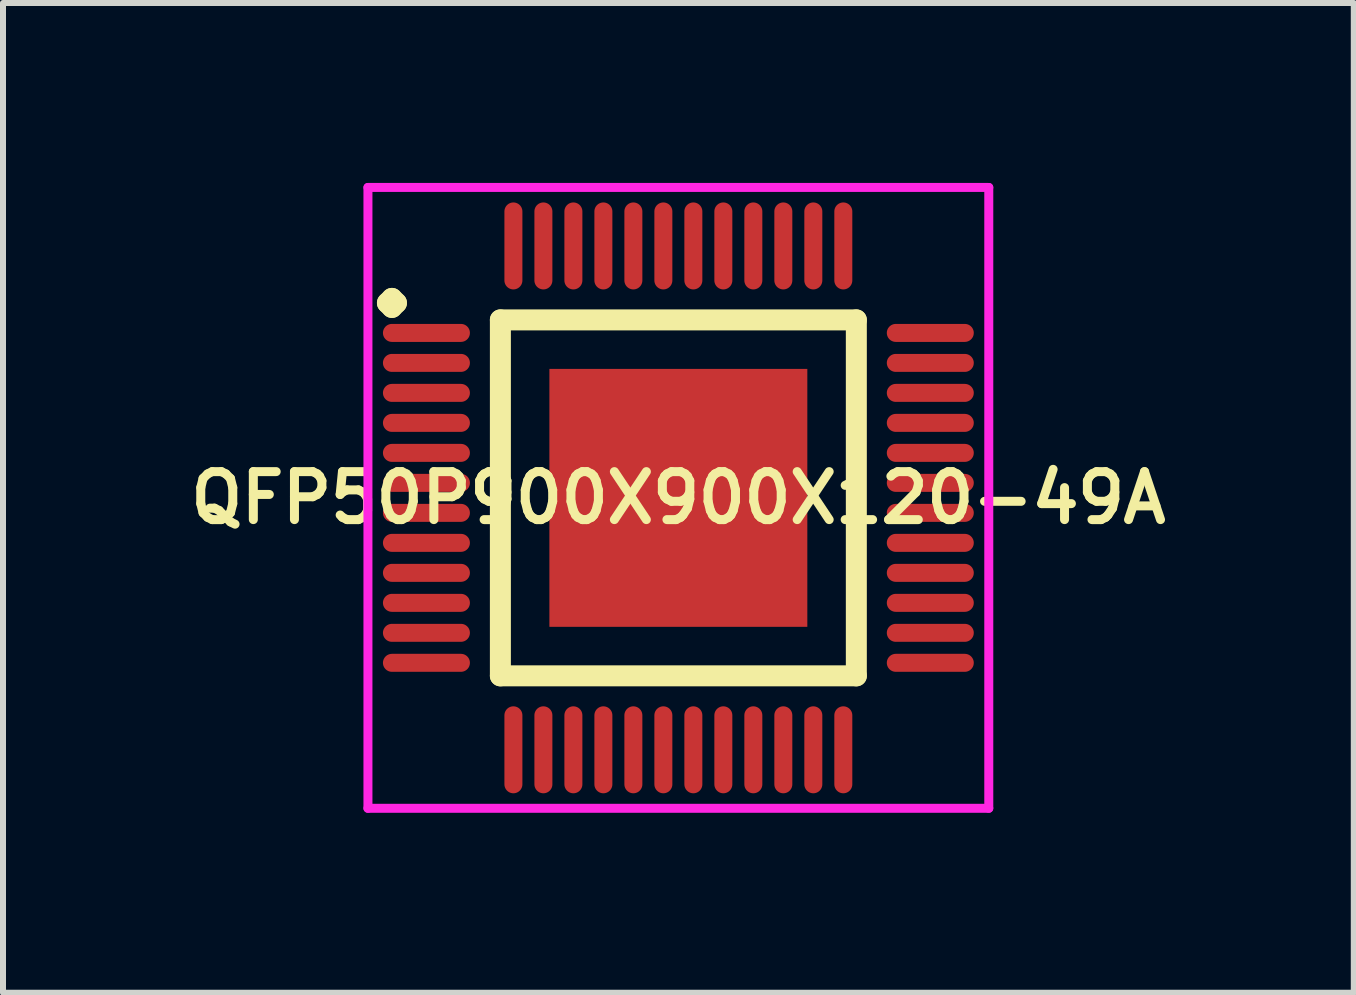
<source format=kicad_pcb>
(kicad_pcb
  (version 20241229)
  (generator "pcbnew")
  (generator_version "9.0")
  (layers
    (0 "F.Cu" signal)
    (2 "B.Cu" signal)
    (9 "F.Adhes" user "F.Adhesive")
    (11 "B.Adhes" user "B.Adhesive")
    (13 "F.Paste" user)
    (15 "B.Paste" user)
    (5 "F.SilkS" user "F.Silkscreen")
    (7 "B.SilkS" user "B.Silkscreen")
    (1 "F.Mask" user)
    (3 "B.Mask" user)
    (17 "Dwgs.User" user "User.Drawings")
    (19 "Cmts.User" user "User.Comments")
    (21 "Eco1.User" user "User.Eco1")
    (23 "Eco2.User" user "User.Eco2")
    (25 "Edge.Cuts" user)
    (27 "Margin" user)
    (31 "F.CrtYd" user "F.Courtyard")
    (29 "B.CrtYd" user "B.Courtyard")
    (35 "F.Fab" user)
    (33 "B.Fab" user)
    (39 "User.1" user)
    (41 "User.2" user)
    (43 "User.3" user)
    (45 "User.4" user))
  (footprint "QFP50P900X900X120-49A"
    (layer "F.Cu")
    (at 8.259 5.25)
    (property "Reference" "QFP50P900X900X120-49A" (at 0 0 0) (layer "F.SilkS") (effects (font (size 0.8 0.8) (thickness 0.15))))
    (attr smd)
    (fp_line (start -4.85 -3.25) (end -4.775 -3.325) (stroke (width 0.35) (type solid)) (layer "F.SilkS"))
    (fp_line (start -4.775 -3.325) (end -4.7 -3.25) (stroke (width 0.35) (type solid)) (layer "F.SilkS"))
    (fp_line (start -4.775 -3.175) (end -4.85 -3.25) (stroke (width 0.35) (type solid)) (layer "F.SilkS"))
    (fp_line (start -4.7 -3.25) (end -4.775 -3.175) (stroke (width 0.35) (type solid)) (layer "F.SilkS"))
    (fp_line (start -2.967 -2.967) (end -2.967 2.967) (stroke (width 0.35) (type solid)) (layer "F.SilkS"))
    (fp_line (start -2.967 2.967) (end 2.967 2.967) (stroke (width 0.35) (type solid)) (layer "F.SilkS"))
    (fp_line (start 2.967 -2.967) (end -2.967 -2.967) (stroke (width 0.35) (type solid)) (layer "F.SilkS"))
    (fp_line (start 2.967 2.967) (end 2.967 -2.967) (stroke (width 0.35) (type solid)) (layer "F.SilkS"))
    (fp_line (start -5.175 -5.175) (end 5.175 -5.175) (stroke (width 0.15) (type solid)) (layer "F.CrtYd"))
    (fp_line (start -5.175 5.175) (end -5.175 -5.175) (stroke (width 0.15) (type solid)) (layer "F.CrtYd"))
    (fp_line (start 5.175 -5.175) (end 5.175 5.175) (stroke (width 0.15) (type solid)) (layer "F.CrtYd"))
    (fp_line (start 5.175 5.175) (end -5.175 5.175) (stroke (width 0.15) (type solid)) (layer "F.CrtYd"))
    (pad "1" smd oval (at -4.2 -2.75) (size 1.45 0.3) (layers "F.Cu" "F.Mask" "F.Paste"))
    (pad "2" smd oval (at -4.2 -2.25) (size 1.45 0.3) (layers "F.Cu" "F.Mask" "F.Paste"))
    (pad "3" smd oval (at -4.2 -1.75) (size 1.45 0.3) (layers "F.Cu" "F.Mask" "F.Paste"))
    (pad "4" smd oval (at -4.2 -1.25) (size 1.45 0.3) (layers "F.Cu" "F.Mask" "F.Paste"))
    (pad "5" smd oval (at -4.2 -0.75) (size 1.45 0.3) (layers "F.Cu" "F.Mask" "F.Paste"))
    (pad "6" smd oval (at -4.2 -0.25) (size 1.45 0.3) (layers "F.Cu" "F.Mask" "F.Paste"))
    (pad "7" smd oval (at -4.2 0.25) (size 1.45 0.3) (layers "F.Cu" "F.Mask" "F.Paste"))
    (pad "8" smd oval (at -4.2 0.75) (size 1.45 0.3) (layers "F.Cu" "F.Mask" "F.Paste"))
    (pad "9" smd oval (at -4.2 1.25) (size 1.45 0.3) (layers "F.Cu" "F.Mask" "F.Paste"))
    (pad "10" smd oval (at -4.2 1.75) (size 1.45 0.3) (layers "F.Cu" "F.Mask" "F.Paste"))
    (pad "11" smd oval (at -4.2 2.25) (size 1.45 0.3) (layers "F.Cu" "F.Mask" "F.Paste"))
    (pad "12" smd oval (at -4.2 2.75) (size 1.45 0.3) (layers "F.Cu" "F.Mask" "F.Paste"))
    (pad "13" smd oval (at -2.75 4.2) (size 0.3 1.45) (layers "F.Cu" "F.Mask" "F.Paste"))
    (pad "14" smd oval (at -2.25 4.2) (size 0.3 1.45) (layers "F.Cu" "F.Mask" "F.Paste"))
    (pad "15" smd oval (at -1.75 4.2) (size 0.3 1.45) (layers "F.Cu" "F.Mask" "F.Paste"))
    (pad "16" smd oval (at -1.25 4.2) (size 0.3 1.45) (layers "F.Cu" "F.Mask" "F.Paste"))
    (pad "17" smd oval (at -0.75 4.2) (size 0.3 1.45) (layers "F.Cu" "F.Mask" "F.Paste"))
    (pad "18" smd oval (at -0.25 4.2) (size 0.3 1.45) (layers "F.Cu" "F.Mask" "F.Paste"))
    (pad "19" smd oval (at 0.25 4.2) (size 0.3 1.45) (layers "F.Cu" "F.Mask" "F.Paste"))
    (pad "20" smd oval (at 0.75 4.2) (size 0.3 1.45) (layers "F.Cu" "F.Mask" "F.Paste"))
    (pad "21" smd oval (at 1.25 4.2) (size 0.3 1.45) (layers "F.Cu" "F.Mask" "F.Paste"))
    (pad "22" smd oval (at 1.75 4.2) (size 0.3 1.45) (layers "F.Cu" "F.Mask" "F.Paste"))
    (pad "23" smd oval (at 2.25 4.2) (size 0.3 1.45) (layers "F.Cu" "F.Mask" "F.Paste"))
    (pad "24" smd oval (at 2.75 4.2) (size 0.3 1.45) (layers "F.Cu" "F.Mask" "F.Paste"))
    (pad "25" smd oval (at 4.2 2.75) (size 1.45 0.3) (layers "F.Cu" "F.Mask" "F.Paste"))
    (pad "26" smd oval (at 4.2 2.25) (size 1.45 0.3) (layers "F.Cu" "F.Mask" "F.Paste"))
    (pad "27" smd oval (at 4.2 1.75) (size 1.45 0.3) (layers "F.Cu" "F.Mask" "F.Paste"))
    (pad "28" smd oval (at 4.2 1.25) (size 1.45 0.3) (layers "F.Cu" "F.Mask" "F.Paste"))
    (pad "29" smd oval (at 4.2 0.75) (size 1.45 0.3) (layers "F.Cu" "F.Mask" "F.Paste"))
    (pad "30" smd oval (at 4.2 0.25) (size 1.45 0.3) (layers "F.Cu" "F.Mask" "F.Paste"))
    (pad "31" smd oval (at 4.2 -0.25) (size 1.45 0.3) (layers "F.Cu" "F.Mask" "F.Paste"))
    (pad "32" smd oval (at 4.2 -0.75) (size 1.45 0.3) (layers "F.Cu" "F.Mask" "F.Paste"))
    (pad "33" smd oval (at 4.2 -1.25) (size 1.45 0.3) (layers "F.Cu" "F.Mask" "F.Paste"))
    (pad "34" smd oval (at 4.2 -1.75) (size 1.45 0.3) (layers "F.Cu" "F.Mask" "F.Paste"))
    (pad "35" smd oval (at 4.2 -2.25) (size 1.45 0.3) (layers "F.Cu" "F.Mask" "F.Paste"))
    (pad "36" smd oval (at 4.2 -2.75) (size 1.45 0.3) (layers "F.Cu" "F.Mask" "F.Paste"))
    (pad "37" smd oval (at 2.75 -4.2) (size 0.3 1.45) (layers "F.Cu" "F.Mask" "F.Paste"))
    (pad "38" smd oval (at 2.25 -4.2) (size 0.3 1.45) (layers "F.Cu" "F.Mask" "F.Paste"))
    (pad "39" smd oval (at 1.75 -4.2) (size 0.3 1.45) (layers "F.Cu" "F.Mask" "F.Paste"))
    (pad "40" smd oval (at 1.25 -4.2) (size 0.3 1.45) (layers "F.Cu" "F.Mask" "F.Paste"))
    (pad "41" smd oval (at 0.75 -4.2) (size 0.3 1.45) (layers "F.Cu" "F.Mask" "F.Paste"))
    (pad "42" smd oval (at 0.25 -4.2) (size 0.3 1.45) (layers "F.Cu" "F.Mask" "F.Paste"))
    (pad "43" smd oval (at -0.25 -4.2) (size 0.3 1.45) (layers "F.Cu" "F.Mask" "F.Paste"))
    (pad "44" smd oval (at -0.75 -4.2) (size 0.3 1.45) (layers "F.Cu" "F.Mask" "F.Paste"))
    (pad "45" smd oval (at -1.25 -4.2) (size 0.3 1.45) (layers "F.Cu" "F.Mask" "F.Paste"))
    (pad "46" smd oval (at -1.75 -4.2) (size 0.3 1.45) (layers "F.Cu" "F.Mask" "F.Paste"))
    (pad "47" smd oval (at -2.25 -4.2) (size 0.3 1.45) (layers "F.Cu" "F.Mask" "F.Paste"))
    (pad "48" smd oval (at -2.75 -4.2) (size 0.3 1.45) (layers "F.Cu" "F.Mask" "F.Paste"))
    (pad "49" smd rect (at 0 0) (size 4.3 4.3) (layers "F.Cu" "F.Mask" "F.Paste")))
  (gr_rect
    (start -3 -3)
    (end 19.519 13.5)
    (stroke (width 0.1) (type default))
    (fill no)
    (layer "Edge.Cuts")))
</source>
